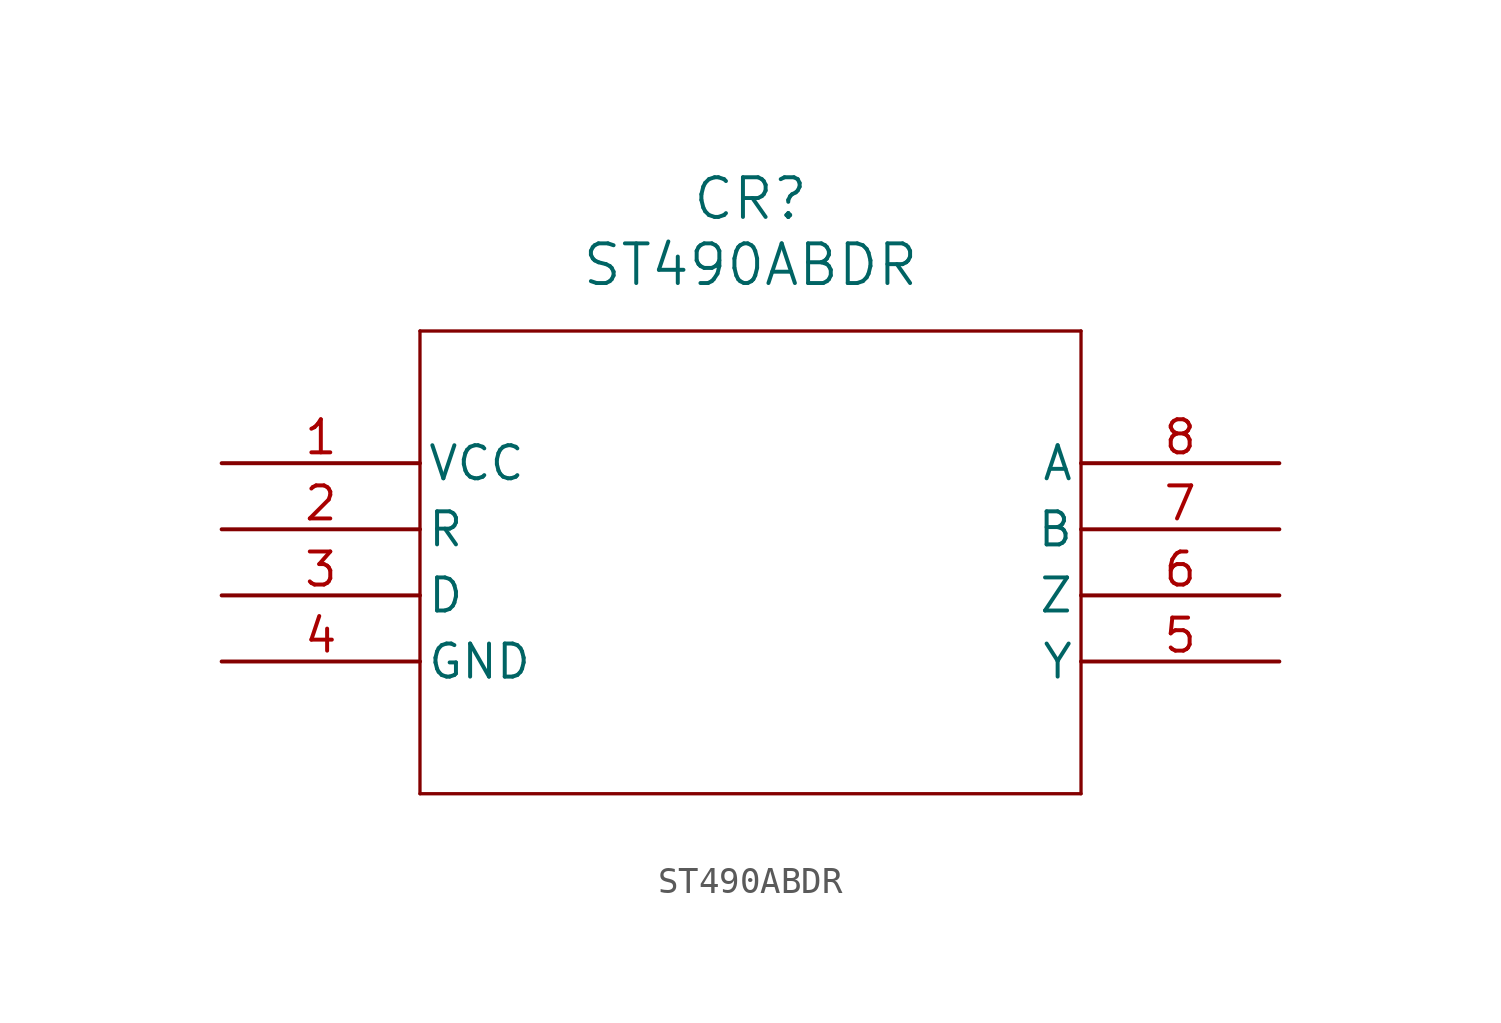
<source format=kicad_sym>
(kicad_symbol_lib
  (version 20211014)
  (generator kicad_symbol_editor)
  (symbol "ST490ABDR"
    (pin_names
      (offset 0.254))
    (property "Reference" "CR"
      (at 20.32 10.16 0)
      (effects (font (size 1.524 1.524))))
    (property "Value" "ST490ABDR"
      (at 20.32 7.62 0)
      (effects (font (size 1.524 1.524))))
    (symbol "ST490ABDR_0_1"
      (polyline (pts (xy 7.62 5.08) (xy 7.62 -12.7)) (stroke (width 0.127) (type default) (color 0 0 0 0)) (fill (type none)))
      (polyline (pts (xy 7.62 -12.7) (xy 33.02 -12.7)) (stroke (width 0.127) (type default) (color 0 0 0 0)) (fill (type none)))
      (polyline (pts (xy 33.02 -12.7) (xy 33.02 5.08)) (stroke (width 0.127) (type default) (color 0 0 0 0)) (fill (type none)))
      (polyline (pts (xy 33.02 5.08) (xy 7.62 5.08)) (stroke (width 0.127) (type default) (color 0 0 0 0)) (fill (type none)))
      (pin power_in line (at 0 0 0) (length 7.62) (name "VCC" (effects (font (size 1.27 1.27)))) (number "1" (effects (font (size 1.27 1.27)))))
      (pin output line (at 0 -2.54 0) (length 7.62) (name "R" (effects (font (size 1.27 1.27)))) (number "2" (effects (font (size 1.27 1.27)))))
      (pin input line (at 0 -5.08 0) (length 7.62) (name "D" (effects (font (size 1.27 1.27)))) (number "3" (effects (font (size 1.27 1.27)))))
      (pin power_in line (at 0 -7.62 0) (length 7.62) (name "GND" (effects (font (size 1.27 1.27)))) (number "4" (effects (font (size 1.27 1.27)))))
      (pin output line (at 40.64 -7.62 180) (length 7.62) (name "Y" (effects (font (size 1.27 1.27)))) (number "5" (effects (font (size 1.27 1.27)))))
      (pin output line (at 40.64 -5.08 180) (length 7.62) (name "Z" (effects (font (size 1.27 1.27)))) (number "6" (effects (font (size 1.27 1.27)))))
      (pin input line (at 40.64 -2.54 180) (length 7.62) (name "B" (effects (font (size 1.27 1.27)))) (number "7" (effects (font (size 1.27 1.27)))))
      (pin input line (at 40.64 0 180) (length 7.62) (name "A" (effects (font (size 1.27 1.27)))) (number "8" (effects (font (size 1.27 1.27))))))))
</source>
